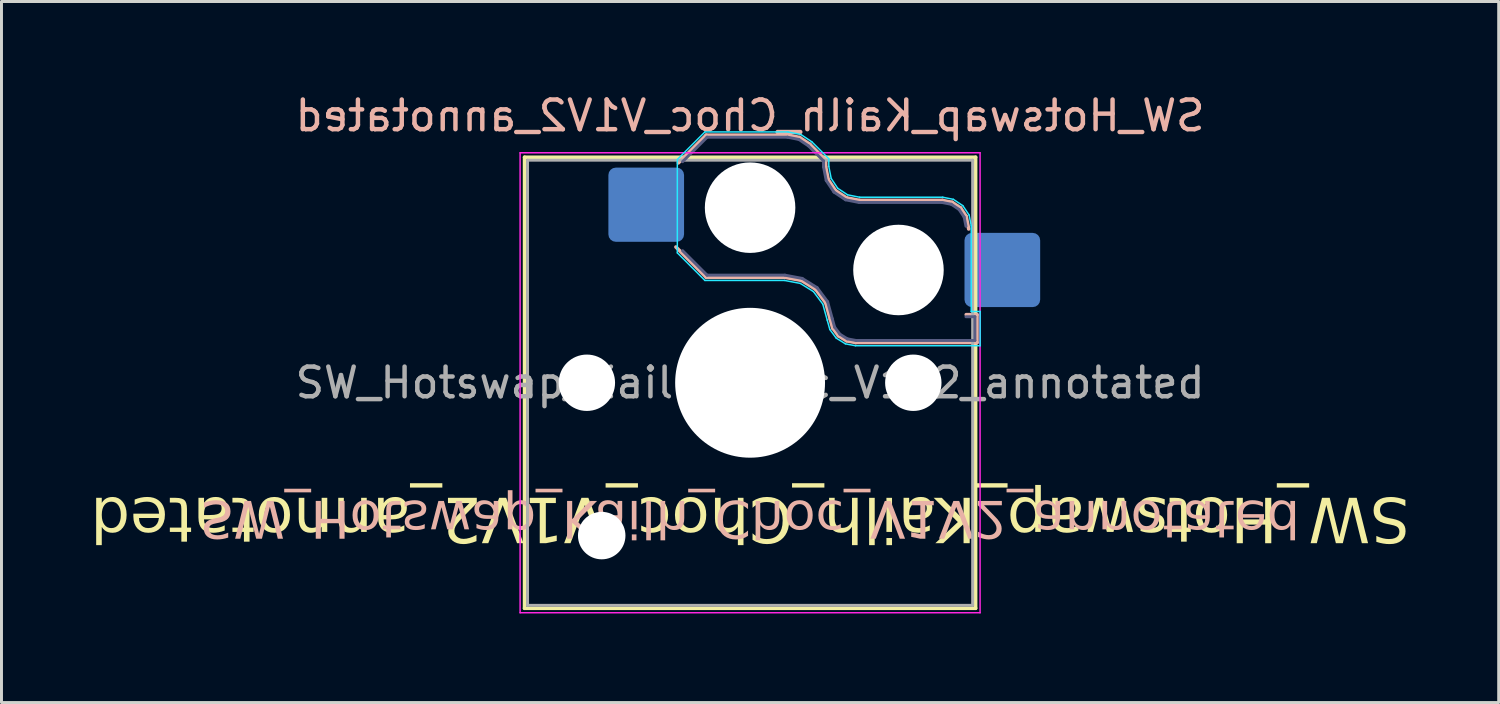
<source format=kicad_pcb>
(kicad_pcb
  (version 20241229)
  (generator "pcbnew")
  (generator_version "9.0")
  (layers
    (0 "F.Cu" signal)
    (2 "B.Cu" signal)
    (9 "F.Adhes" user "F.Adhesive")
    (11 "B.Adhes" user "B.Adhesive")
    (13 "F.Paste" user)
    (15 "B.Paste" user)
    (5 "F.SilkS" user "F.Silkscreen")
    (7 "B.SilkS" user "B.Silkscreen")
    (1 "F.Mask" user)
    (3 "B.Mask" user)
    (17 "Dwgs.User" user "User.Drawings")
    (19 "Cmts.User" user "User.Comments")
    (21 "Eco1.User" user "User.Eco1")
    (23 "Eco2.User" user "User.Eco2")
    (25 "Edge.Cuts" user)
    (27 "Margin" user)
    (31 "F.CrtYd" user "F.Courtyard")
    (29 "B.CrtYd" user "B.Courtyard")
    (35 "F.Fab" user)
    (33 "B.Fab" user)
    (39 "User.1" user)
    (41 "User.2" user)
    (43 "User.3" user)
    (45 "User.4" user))
  (footprint "SW_Hotswap_Kailh_Choc_V1V2_annotated"
    (layer "F.Cu")
    (at 22.226 9.848)
    (property "Reference" "SW_Hotswap_Kailh_Choc_V1V2_annotated" (at 0 -9 0) (layer "B.SilkS") (effects (font (size 1 1) (thickness 0.15)) (justify mirror)))
    (property "Value" "SW_Hotswap_Kailh_Choc_V1V2_annotated" (at 0 9 0) (layer "F.Fab") (hide yes) (effects (font (size 1 1) (thickness 0.15))))
    (attr smd)
    (fp_line (start -7.6 -7.6) (end -7.6 7.6) (stroke (width 0.12) (type solid)) (layer "F.SilkS"))
    (fp_line (start -7.6 7.6) (end 7.6 7.6) (stroke (width 0.12) (type solid)) (layer "F.SilkS"))
    (fp_line (start 7.6 -7.6) (end -7.6 -7.6) (stroke (width 0.12) (type solid)) (layer "F.SilkS"))
    (fp_line (start 7.6 7.6) (end 7.6 -7.6) (stroke (width 0.12) (type solid)) (layer "F.SilkS"))
    (fp_line (start -2.416 -7.409) (end -1.479 -8.346) (stroke (width 0.12) (type solid)) (layer "B.SilkS"))
    (fp_line (start -1.479 -8.346) (end 1.268 -8.346) (stroke (width 0.12) (type solid)) (layer "B.SilkS"))
    (fp_line (start -1.479 -3.554) (end -2.5 -4.575) (stroke (width 0.12) (type solid)) (layer "B.SilkS"))
    (fp_line (start 1.168 -3.554) (end -1.479 -3.554) (stroke (width 0.12) (type solid)) (layer "B.SilkS"))
    (fp_line (start 1.268 -8.346) (end 1.671 -8.266) (stroke (width 0.12) (type solid)) (layer "B.SilkS"))
    (fp_line (start 1.671 -8.266) (end 2.013 -8.037) (stroke (width 0.12) (type solid)) (layer "B.SilkS"))
    (fp_line (start 1.73 -3.449) (end 1.168 -3.554) (stroke (width 0.12) (type solid)) (layer "B.SilkS"))
    (fp_line (start 2.013 -8.037) (end 2.546 -7.504) (stroke (width 0.12) (type solid)) (layer "B.SilkS"))
    (fp_line (start 2.209 -3.15) (end 1.73 -3.449) (stroke (width 0.12) (type solid)) (layer "B.SilkS"))
    (fp_line (start 2.546 -7.504) (end 2.546 -7.282) (stroke (width 0.12) (type solid)) (layer "B.SilkS"))
    (fp_line (start 2.546 -7.282) (end 2.633 -6.844) (stroke (width 0.12) (type solid)) (layer "B.SilkS"))
    (fp_line (start 2.547 -2.697) (end 2.209 -3.15) (stroke (width 0.12) (type solid)) (layer "B.SilkS"))
    (fp_line (start 2.633 -6.844) (end 2.877 -6.477) (stroke (width 0.12) (type solid)) (layer "B.SilkS"))
    (fp_line (start 2.701 -2.139) (end 2.547 -2.697) (stroke (width 0.12) (type solid)) (layer "B.SilkS"))
    (fp_line (start 2.783 -1.841) (end 2.701 -2.139) (stroke (width 0.12) (type solid)) (layer "B.SilkS"))
    (fp_line (start 2.877 -6.477) (end 3.244 -6.233) (stroke (width 0.12) (type solid)) (layer "B.SilkS"))
    (fp_line (start 2.976 -1.583) (end 2.783 -1.841) (stroke (width 0.12) (type solid)) (layer "B.SilkS"))
    (fp_line (start 3.244 -6.233) (end 3.682 -6.146) (stroke (width 0.12) (type solid)) (layer "B.SilkS"))
    (fp_line (start 3.25 -1.413) (end 2.976 -1.583) (stroke (width 0.12) (type solid)) (layer "B.SilkS"))
    (fp_line (start 3.56 -1.354) (end 3.25 -1.413) (stroke (width 0.12) (type solid)) (layer "B.SilkS"))
    (fp_line (start 3.682 -6.146) (end 6.482 -6.146) (stroke (width 0.12) (type solid)) (layer "B.SilkS"))
    (fp_line (start 6.482 -6.146) (end 6.809 -6.081) (stroke (width 0.12) (type solid)) (layer "B.SilkS"))
    (fp_line (start 6.809 -6.081) (end 7.092 -5.892) (stroke (width 0.12) (type solid)) (layer "B.SilkS"))
    (fp_line (start 7.092 -5.892) (end 7.281 -5.609) (stroke (width 0.12) (type solid)) (layer "B.SilkS"))
    (fp_line (start 7.281 -5.609) (end 7.366 -5.182) (stroke (width 0.12) (type solid)) (layer "B.SilkS"))
    (fp_line (start 7.283 -2.296) (end 7.646 -2.296) (stroke (width 0.12) (type solid)) (layer "B.SilkS"))
    (fp_line (start 7.646 -2.296) (end 7.646 -1.354) (stroke (width 0.12) (type solid)) (layer "B.SilkS"))
    (fp_line (start 7.646 -1.354) (end 3.56 -1.354) (stroke (width 0.12) (type solid)) (layer "B.SilkS"))
    (fp_line (start -7.25 -7.25) (end -7.25 7.25) (stroke (width 0.1) (type solid)) (layer "Eco1.User"))
    (fp_line (start -7.25 7.25) (end 7.25 7.25) (stroke (width 0.1) (type solid)) (layer "Eco1.User"))
    (fp_line (start 7.25 -7.25) (end -7.25 -7.25) (stroke (width 0.1) (type solid)) (layer "Eco1.User"))
    (fp_line (start 7.25 7.25) (end 7.25 -7.25) (stroke (width 0.1) (type solid)) (layer "Eco1.User"))
    (fp_line (start -2.452 -7.523) (end -1.523 -8.452) (stroke (width 0.05) (type solid)) (layer "B.CrtYd"))
    (fp_line (start -2.452 -4.377) (end -2.452 -7.523) (stroke (width 0.05) (type solid)) (layer "B.CrtYd"))
    (fp_line (start -1.523 -8.452) (end 1.278 -8.452) (stroke (width 0.05) (type solid)) (layer "B.CrtYd"))
    (fp_line (start -1.523 -3.448) (end -2.452 -4.377) (stroke (width 0.05) (type solid)) (layer "B.CrtYd"))
    (fp_line (start 1.159 -3.448) (end -1.523 -3.448) (stroke (width 0.05) (type solid)) (layer "B.CrtYd"))
    (fp_line (start 1.278 -8.452) (end 1.712 -8.366) (stroke (width 0.05) (type solid)) (layer "B.CrtYd"))
    (fp_line (start 1.691 -3.348) (end 1.159 -3.448) (stroke (width 0.05) (type solid)) (layer "B.CrtYd"))
    (fp_line (start 1.712 -8.366) (end 2.081 -8.119) (stroke (width 0.05) (type solid)) (layer "B.CrtYd"))
    (fp_line (start 2.081 -8.119) (end 2.652 -7.548) (stroke (width 0.05) (type solid)) (layer "B.CrtYd"))
    (fp_line (start 2.136 -3.071) (end 1.691 -3.348) (stroke (width 0.05) (type solid)) (layer "B.CrtYd"))
    (fp_line (start 2.45 -2.65) (end 2.136 -3.071) (stroke (width 0.05) (type solid)) (layer "B.CrtYd"))
    (fp_line (start 2.599 -2.111) (end 2.45 -2.65) (stroke (width 0.05) (type solid)) (layer "B.CrtYd"))
    (fp_line (start 2.652 -7.548) (end 2.652 -7.292) (stroke (width 0.05) (type solid)) (layer "B.CrtYd"))
    (fp_line (start 2.652 -7.292) (end 2.733 -6.885) (stroke (width 0.05) (type solid)) (layer "B.CrtYd"))
    (fp_line (start 2.687 -1.794) (end 2.599 -2.111) (stroke (width 0.05) (type solid)) (layer "B.CrtYd"))
    (fp_line (start 2.733 -6.885) (end 2.953 -6.553) (stroke (width 0.05) (type solid)) (layer "B.CrtYd"))
    (fp_line (start 2.903 -1.503) (end 2.687 -1.794) (stroke (width 0.05) (type solid)) (layer "B.CrtYd"))
    (fp_line (start 2.953 -6.553) (end 3.285 -6.333) (stroke (width 0.05) (type solid)) (layer "B.CrtYd"))
    (fp_line (start 3.211 -1.312) (end 2.903 -1.503) (stroke (width 0.05) (type solid)) (layer "B.CrtYd"))
    (fp_line (start 3.285 -6.333) (end 3.692 -6.252) (stroke (width 0.05) (type solid)) (layer "B.CrtYd"))
    (fp_line (start 3.55 -1.248) (end 3.211 -1.312) (stroke (width 0.05) (type solid)) (layer "B.CrtYd"))
    (fp_line (start 3.692 -6.252) (end 6.492 -6.252) (stroke (width 0.05) (type solid)) (layer "B.CrtYd"))
    (fp_line (start 6.492 -6.252) (end 6.85 -6.181) (stroke (width 0.05) (type solid)) (layer "B.CrtYd"))
    (fp_line (start 6.85 -6.181) (end 7.168 -5.968) (stroke (width 0.05) (type solid)) (layer "B.CrtYd"))
    (fp_line (start 7.168 -5.968) (end 7.381 -5.65) (stroke (width 0.05) (type solid)) (layer "B.CrtYd"))
    (fp_line (start 7.381 -5.65) (end 7.452 -5.292) (stroke (width 0.05) (type solid)) (layer "B.CrtYd"))
    (fp_line (start 7.452 -5.292) (end 7.452 -2.402) (stroke (width 0.05) (type solid)) (layer "B.CrtYd"))
    (fp_line (start 7.452 -2.402) (end 7.752 -2.402) (stroke (width 0.05) (type solid)) (layer "B.CrtYd"))
    (fp_line (start 7.752 -2.402) (end 7.752 -1.248) (stroke (width 0.05) (type solid)) (layer "B.CrtYd"))
    (fp_line (start 7.752 -1.248) (end 3.55 -1.248) (stroke (width 0.05) (type solid)) (layer "B.CrtYd"))
    (fp_line (start -7.75 -7.75) (end -7.75 7.75) (stroke (width 0.05) (type solid)) (layer "F.CrtYd"))
    (fp_line (start -7.75 7.75) (end 7.75 7.75) (stroke (width 0.05) (type solid)) (layer "F.CrtYd"))
    (fp_line (start 7.75 -7.75) (end -7.75 -7.75) (stroke (width 0.05) (type solid)) (layer "F.CrtYd"))
    (fp_line (start 7.75 7.75) (end 7.75 -7.75) (stroke (width 0.05) (type solid)) (layer "F.CrtYd"))
    (fp_line (start -2.275 -7.45) (end -1.45 -8.275) (stroke (width 0.1) (type solid)) (layer "B.Fab"))
    (fp_line (start -1.45 -8.275) (end 1.261 -8.275) (stroke (width 0.1) (type solid)) (layer "B.Fab"))
    (fp_line (start -1.45 -3.625) (end -2.275 -4.45) (stroke (width 0.1) (type solid)) (layer "B.Fab"))
    (fp_line (start 1.175 -3.625) (end -1.45 -3.625) (stroke (width 0.1) (type solid)) (layer "B.Fab"))
    (fp_line (start 1.261 -8.275) (end 1.643 -8.199) (stroke (width 0.1) (type solid)) (layer "B.Fab"))
    (fp_line (start 1.643 -8.199) (end 1.968 -7.982) (stroke (width 0.1) (type solid)) (layer "B.Fab"))
    (fp_line (start 1.756 -3.516) (end 1.175 -3.625) (stroke (width 0.1) (type solid)) (layer "B.Fab"))
    (fp_line (start 1.968 -7.982) (end 2.475 -7.475) (stroke (width 0.1) (type solid)) (layer "B.Fab"))
    (fp_line (start 2.258 -3.203) (end 1.756 -3.516) (stroke (width 0.1) (type solid)) (layer "B.Fab"))
    (fp_line (start 2.475 -7.475) (end 2.475 -7.275) (stroke (width 0.1) (type solid)) (layer "B.Fab"))
    (fp_line (start 2.475 -7.275) (end 2.566 -6.816) (stroke (width 0.1) (type solid)) (layer "B.Fab"))
    (fp_line (start 2.566 -6.816) (end 2.826 -6.426) (stroke (width 0.1) (type solid)) (layer "B.Fab"))
    (fp_line (start 2.612 -2.729) (end 2.258 -3.203) (stroke (width 0.1) (type solid)) (layer "B.Fab"))
    (fp_line (start 2.769 -2.158) (end 2.612 -2.729) (stroke (width 0.1) (type solid)) (layer "B.Fab"))
    (fp_line (start 2.826 -6.426) (end 3.216 -6.166) (stroke (width 0.1) (type solid)) (layer "B.Fab"))
    (fp_line (start 2.848 -1.873) (end 2.769 -2.158) (stroke (width 0.1) (type solid)) (layer "B.Fab"))
    (fp_line (start 3.025 -1.636) (end 2.848 -1.873) (stroke (width 0.1) (type solid)) (layer "B.Fab"))
    (fp_line (start 3.216 -6.166) (end 3.675 -6.075) (stroke (width 0.1) (type solid)) (layer "B.Fab"))
    (fp_line (start 3.276 -1.48) (end 3.025 -1.636) (stroke (width 0.1) (type solid)) (layer "B.Fab"))
    (fp_line (start 3.567 -1.425) (end 3.276 -1.48) (stroke (width 0.1) (type solid)) (layer "B.Fab"))
    (fp_line (start 3.675 -6.075) (end 6.475 -6.075) (stroke (width 0.1) (type solid)) (layer "B.Fab"))
    (fp_line (start 6.475 -6.075) (end 6.781 -6.014) (stroke (width 0.1) (type solid)) (layer "B.Fab"))
    (fp_line (start 6.781 -6.014) (end 7.041 -5.841) (stroke (width 0.1) (type solid)) (layer "B.Fab"))
    (fp_line (start 7.041 -5.841) (end 7.214 -5.581) (stroke (width 0.1) (type solid)) (layer "B.Fab"))
    (fp_line (start 7.214 -5.581) (end 7.275 -5.275) (stroke (width 0.1) (type solid)) (layer "B.Fab"))
    (fp_line (start 7.275 -2.225) (end 7.575 -2.225) (stroke (width 0.1) (type solid)) (layer "B.Fab"))
    (fp_line (start 7.575 -2.225) (end 7.575 -1.425) (stroke (width 0.1) (type solid)) (layer "B.Fab"))
    (fp_line (start 7.575 -1.425) (end 3.567 -1.425) (stroke (width 0.1) (type solid)) (layer "B.Fab"))
    (fp_line (start -7.5 -7.5) (end -7.5 7.5) (stroke (width 0.1) (type solid)) (layer "F.Fab"))
    (fp_line (start -7.5 7.5) (end 7.5 7.5) (stroke (width 0.1) (type solid)) (layer "F.Fab"))
    (fp_line (start 7.5 -7.5) (end -7.5 -7.5) (stroke (width 0.1) (type solid)) (layer "F.Fab"))
    (fp_line (start 7.5 7.5) (end 7.5 -7.5) (stroke (width 0.1) (type solid)) (layer "F.Fab"))
    (fp_text user "${VALUE}" (at 0 4.5 180) (unlocked yes) (layer "F.SilkS") (effects (font (face "Demonic Letters") (size 1.5 1.5) (thickness 0.1))))
    (fp_text user "${VALUE}" (at 0 4.5 180) (unlocked yes) (layer "B.SilkS") (effects (font (face "Mystic Cards") (size 1.25 1.25) (thickness 0.1)) (justify mirror)))
    (fp_text user "${REFERENCE}" (at 0 0 0) (layer "F.Fab") (effects (font (size 1 1) (thickness 0.15))))
    (pad "" np_thru_hole circle (at -5.5 0) (size 1.9 1.9) (drill 1.9) (layers "*.Cu" "*.Mask"))
    (pad "" np_thru_hole circle (at -5 5.15) (size 1.6 1.6) (drill 1.6) (layers "*.Cu" "*.Mask"))
    (pad "" np_thru_hole circle (at 0 -5.9) (size 3.05 3.05) (drill 3.05) (layers "*.Cu" "*.Mask"))
    (pad "" np_thru_hole circle (at 0 0) (size 5.05 5.05) (drill 5.05) (layers "*.Cu" "*.Mask"))
    (pad "" np_thru_hole circle (at 5 -3.8) (size 3.05 3.05) (drill 3.05) (layers "*.Cu" "*.Mask"))
    (pad "" np_thru_hole circle (at 5.5 0) (size 1.9 1.9) (drill 1.9) (layers "*.Cu" "*.Mask"))
    (pad "1" smd roundrect (at -3.5 -6) (size 2.55 2.5) (layers "B.Cu" "B.Mask" "B.Paste") (roundrect_rratio 0.1))
    (pad "2" smd roundrect (at 8.5 -3.8) (size 2.55 2.5) (layers "B.Cu" "B.Mask" "B.Paste") (roundrect_rratio 0.1)))
  (gr_rect
    (start -3 -3)
    (end 47.452 20.623)
    (stroke (width 0.1) (type default))
    (fill no)
    (layer "Edge.Cuts")))
</source>
